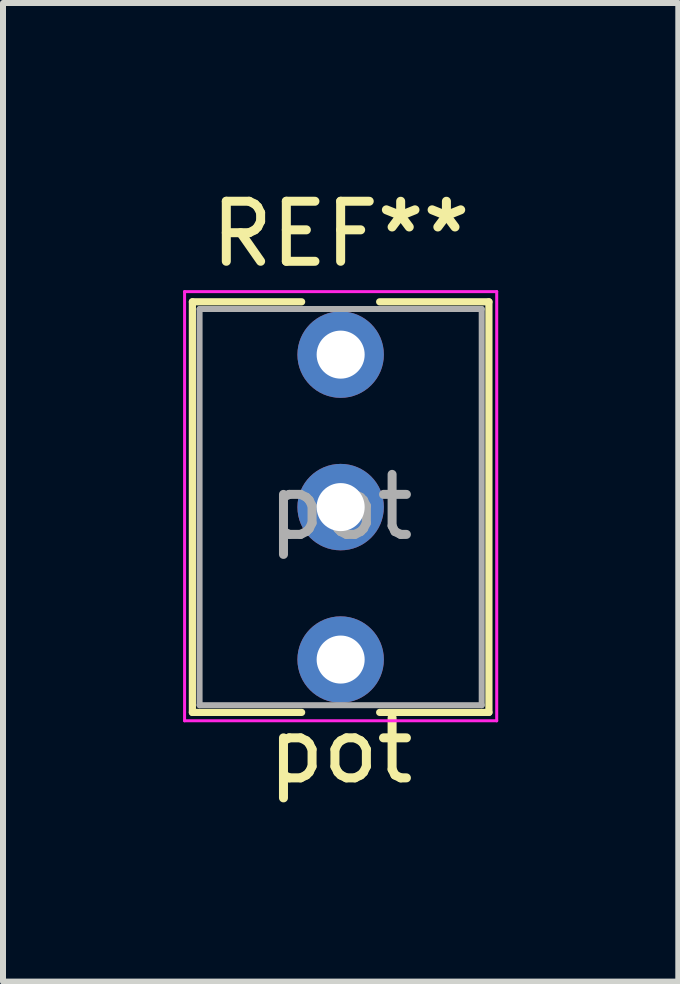
<source format=kicad_pcb>
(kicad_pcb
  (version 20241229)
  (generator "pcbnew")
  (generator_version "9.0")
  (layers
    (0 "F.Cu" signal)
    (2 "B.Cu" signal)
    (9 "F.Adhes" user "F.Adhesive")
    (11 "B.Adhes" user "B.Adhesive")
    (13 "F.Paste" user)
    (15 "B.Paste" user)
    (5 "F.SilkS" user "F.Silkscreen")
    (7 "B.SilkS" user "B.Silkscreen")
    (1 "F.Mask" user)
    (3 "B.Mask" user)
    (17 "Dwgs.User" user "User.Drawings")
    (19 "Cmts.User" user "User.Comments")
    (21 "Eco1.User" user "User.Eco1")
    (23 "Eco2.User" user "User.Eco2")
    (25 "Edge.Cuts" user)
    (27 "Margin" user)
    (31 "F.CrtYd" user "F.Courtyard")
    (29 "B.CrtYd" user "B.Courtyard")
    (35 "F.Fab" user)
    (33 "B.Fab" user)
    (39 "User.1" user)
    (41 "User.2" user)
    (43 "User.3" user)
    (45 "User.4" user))
  (footprint "pot"
    (layer "F.Cu")
    (at 2.625 8.954)
    (property "Reference" "pot" (at 0 0.5 0) (layer "F.SilkS") (effects (font (size 1 1) (thickness 0.15))))
    (attr through_hole)
    (fp_line (start -2.47 -6.976) (end -2.47 -0.136) (stroke (width 0.12) (type solid)) (layer "F.SilkS"))
    (fp_line (start -2.47 -6.976) (end -0.65 -6.976) (stroke (width 0.12) (type solid)) (layer "F.SilkS"))
    (fp_line (start -2.47 -0.136) (end -0.65 -0.136) (stroke (width 0.12) (type solid)) (layer "F.SilkS"))
    (fp_line (start 0.65 -6.976) (end 2.47 -6.976) (stroke (width 0.12) (type solid)) (layer "F.SilkS"))
    (fp_line (start 0.65 -0.136) (end 2.47 -0.136) (stroke (width 0.12) (type solid)) (layer "F.SilkS"))
    (fp_line (start 2.47 -6.976) (end 2.47 -0.136) (stroke (width 0.12) (type solid)) (layer "F.SilkS"))
    (fp_line (start -2.6 -7.146) (end -2.6 0.004) (stroke (width 0.05) (type solid)) (layer "F.CrtYd"))
    (fp_line (start -2.6 0.004) (end 2.6 0.004) (stroke (width 0.05) (type solid)) (layer "F.CrtYd"))
    (fp_line (start 2.6 -7.146) (end -2.6 -7.146) (stroke (width 0.05) (type solid)) (layer "F.CrtYd"))
    (fp_line (start 2.6 0.004) (end 2.6 -7.146) (stroke (width 0.05) (type solid)) (layer "F.CrtYd"))
    (fp_line (start -2.35 -6.856) (end 2.35 -6.856) (stroke (width 0.1) (type solid)) (layer "F.Fab"))
    (fp_line (start -2.35 -0.256) (end -2.35 -6.856) (stroke (width 0.1) (type solid)) (layer "F.Fab"))
    (fp_line (start 2.35 -6.856) (end 2.35 -0.256) (stroke (width 0.1) (type solid)) (layer "F.Fab"))
    (fp_line (start 2.35 -0.256) (end -2.35 -0.256) (stroke (width 0.1) (type solid)) (layer "F.Fab"))
    (fp_text user "REF**" (at 0 -8.106 0) (layer "F.SilkS") (effects (font (size 1 1) (thickness 0.15))))
    (fp_text user "${REFERENCE}" (at 0 -3.556 0) (layer "F.Fab") (effects (font (size 1 1) (thickness 0.15))))
    (pad "1" thru_hole circle (at 0 -6.096) (size 1.44 1.44) (drill 0.8) (layers "*.Cu" "*.Mask"))
    (pad "2" thru_hole circle (at 0 -3.556) (size 1.44 1.44) (drill 0.8) (layers "*.Cu" "*.Mask"))
    (pad "3" thru_hole circle (at 0 -1.016) (size 1.44 1.44) (drill 0.8) (layers "*.Cu" "*.Mask")))
  (gr_rect
    (start -3 -3)
    (end 8.25 13.303)
    (stroke (width 0.1) (type default))
    (fill no)
    (layer "Edge.Cuts")))
</source>
